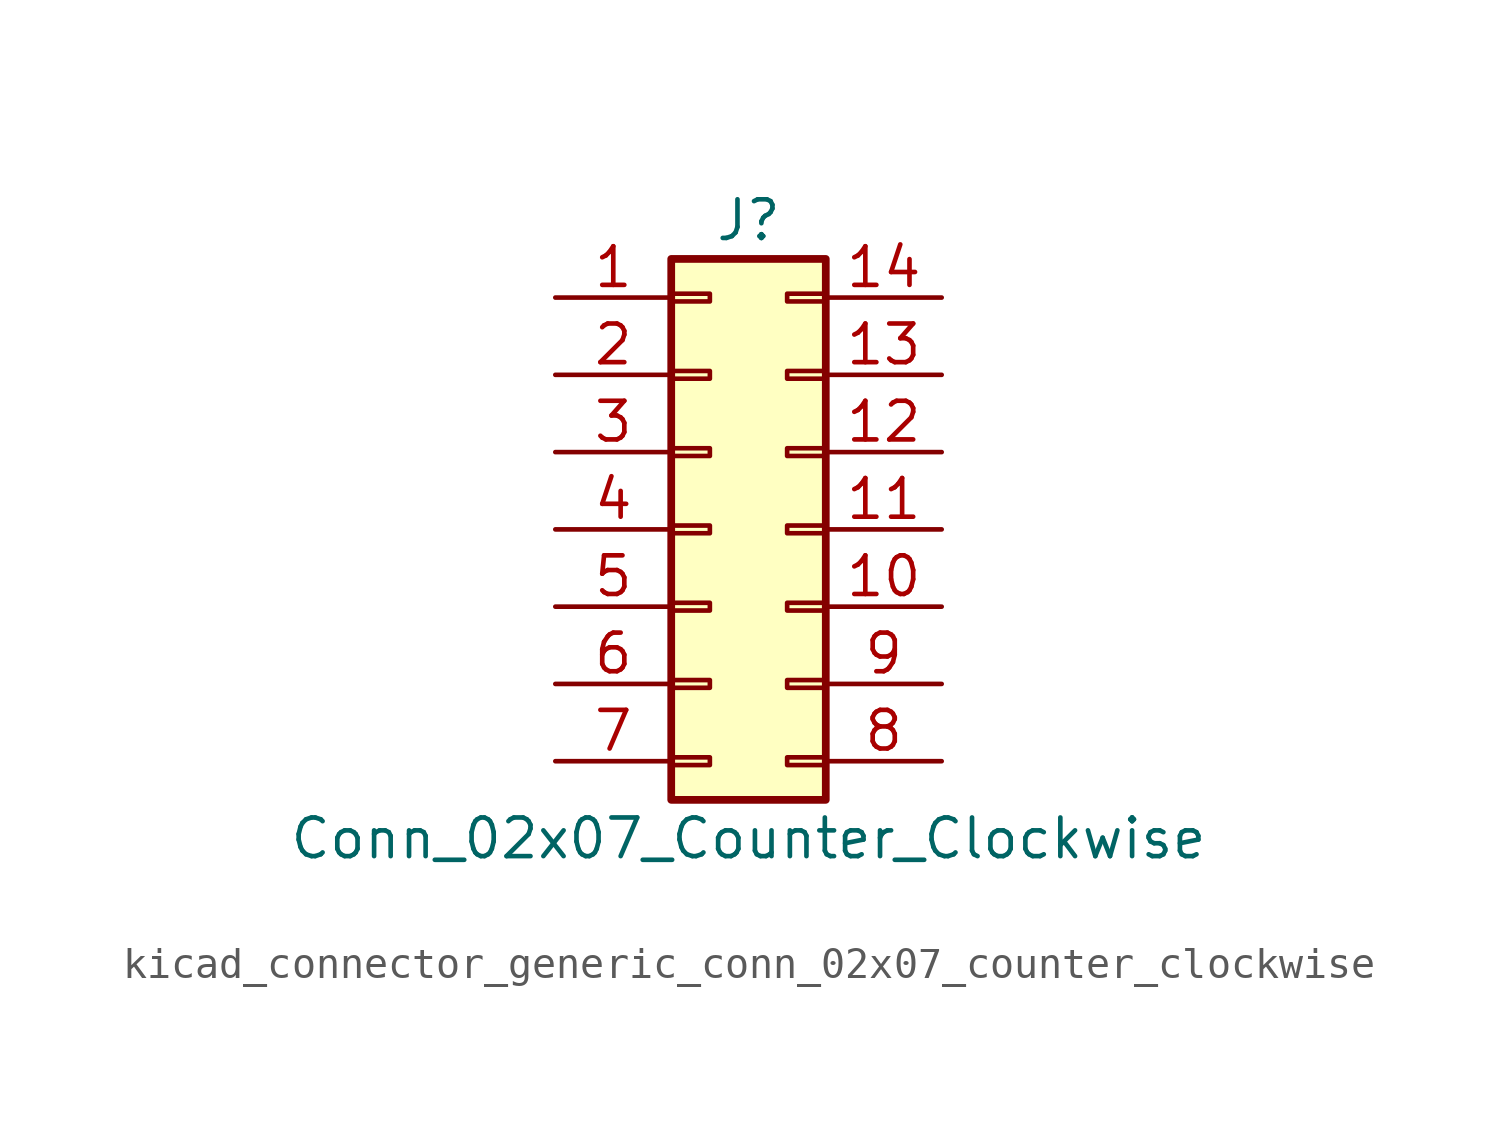
<source format=kicad_sym>
(kicad_symbol_lib
  (version 20220914)
  (generator kicad_symbol_editor)
  (symbol "kicad_connector_generic_conn_02x07_counter_clockwise"
    (pin_names
      (offset 1.016) hide)
    (property "Reference" "J"
      (at 1.27 10.16 0)
      (effects (font (size 1.27 1.27))))
    (property "Value" "Conn_02x07_Counter_Clockwise"
      (at 1.27 -10.16 0)
      (effects (font (size 1.27 1.27))))
    (symbol "kicad_connector_generic_conn_02x07_counter_clockwise_1_1"
      (rectangle (start -1.27 -7.493) (end 0 -7.747) (stroke (width 0.152) (type default)) (fill (type none)))
      (rectangle (start -1.27 -4.953) (end 0 -5.207) (stroke (width 0.152) (type default)) (fill (type none)))
      (rectangle (start -1.27 -2.413) (end 0 -2.667) (stroke (width 0.152) (type default)) (fill (type none)))
      (rectangle (start -1.27 0.127) (end 0 -0.127) (stroke (width 0.152) (type default)) (fill (type none)))
      (rectangle (start -1.27 2.667) (end 0 2.413) (stroke (width 0.152) (type default)) (fill (type none)))
      (rectangle (start -1.27 5.207) (end 0 4.953) (stroke (width 0.152) (type default)) (fill (type none)))
      (rectangle (start -1.27 7.747) (end 0 7.493) (stroke (width 0.152) (type default)) (fill (type none)))
      (rectangle (start -1.27 8.89) (end 3.81 -8.89) (stroke (width 0.254) (type default)) (fill (type background)))
      (rectangle (start 3.81 -7.493) (end 2.54 -7.747) (stroke (width 0.152) (type default)) (fill (type none)))
      (rectangle (start 3.81 -4.953) (end 2.54 -5.207) (stroke (width 0.152) (type default)) (fill (type none)))
      (rectangle (start 3.81 -2.413) (end 2.54 -2.667) (stroke (width 0.152) (type default)) (fill (type none)))
      (rectangle (start 3.81 0.127) (end 2.54 -0.127) (stroke (width 0.152) (type default)) (fill (type none)))
      (rectangle (start 3.81 2.667) (end 2.54 2.413) (stroke (width 0.152) (type default)) (fill (type none)))
      (rectangle (start 3.81 5.207) (end 2.54 4.953) (stroke (width 0.152) (type default)) (fill (type none)))
      (rectangle (start 3.81 7.747) (end 2.54 7.493) (stroke (width 0.152) (type default)) (fill (type none)))
      (pin passive line (at -5.08 7.62 0) (length 3.81) (name "Pin_1" (effects (font (size 1.27 1.27)))) (number "1" (effects (font (size 1.27 1.27)))))
      (pin passive line (at 7.62 -2.54 180) (length 3.81) (name "Pin_10" (effects (font (size 1.27 1.27)))) (number "10" (effects (font (size 1.27 1.27)))))
      (pin passive line (at 7.62 0 180) (length 3.81) (name "Pin_11" (effects (font (size 1.27 1.27)))) (number "11" (effects (font (size 1.27 1.27)))))
      (pin passive line (at 7.62 2.54 180) (length 3.81) (name "Pin_12" (effects (font (size 1.27 1.27)))) (number "12" (effects (font (size 1.27 1.27)))))
      (pin passive line (at 7.62 5.08 180) (length 3.81) (name "Pin_13" (effects (font (size 1.27 1.27)))) (number "13" (effects (font (size 1.27 1.27)))))
      (pin passive line (at 7.62 7.62 180) (length 3.81) (name "Pin_14" (effects (font (size 1.27 1.27)))) (number "14" (effects (font (size 1.27 1.27)))))
      (pin passive line (at -5.08 5.08 0) (length 3.81) (name "Pin_2" (effects (font (size 1.27 1.27)))) (number "2" (effects (font (size 1.27 1.27)))))
      (pin passive line (at -5.08 2.54 0) (length 3.81) (name "Pin_3" (effects (font (size 1.27 1.27)))) (number "3" (effects (font (size 1.27 1.27)))))
      (pin passive line (at -5.08 0 0) (length 3.81) (name "Pin_4" (effects (font (size 1.27 1.27)))) (number "4" (effects (font (size 1.27 1.27)))))
      (pin passive line (at -5.08 -2.54 0) (length 3.81) (name "Pin_5" (effects (font (size 1.27 1.27)))) (number "5" (effects (font (size 1.27 1.27)))))
      (pin passive line (at -5.08 -5.08 0) (length 3.81) (name "Pin_6" (effects (font (size 1.27 1.27)))) (number "6" (effects (font (size 1.27 1.27)))))
      (pin passive line (at -5.08 -7.62 0) (length 3.81) (name "Pin_7" (effects (font (size 1.27 1.27)))) (number "7" (effects (font (size 1.27 1.27)))))
      (pin passive line (at 7.62 -7.62 180) (length 3.81) (name "Pin_8" (effects (font (size 1.27 1.27)))) (number "8" (effects (font (size 1.27 1.27)))))
      (pin passive line (at 7.62 -5.08 180) (length 3.81) (name "Pin_9" (effects (font (size 1.27 1.27)))) (number "9" (effects (font (size 1.27 1.27))))))))
</source>
